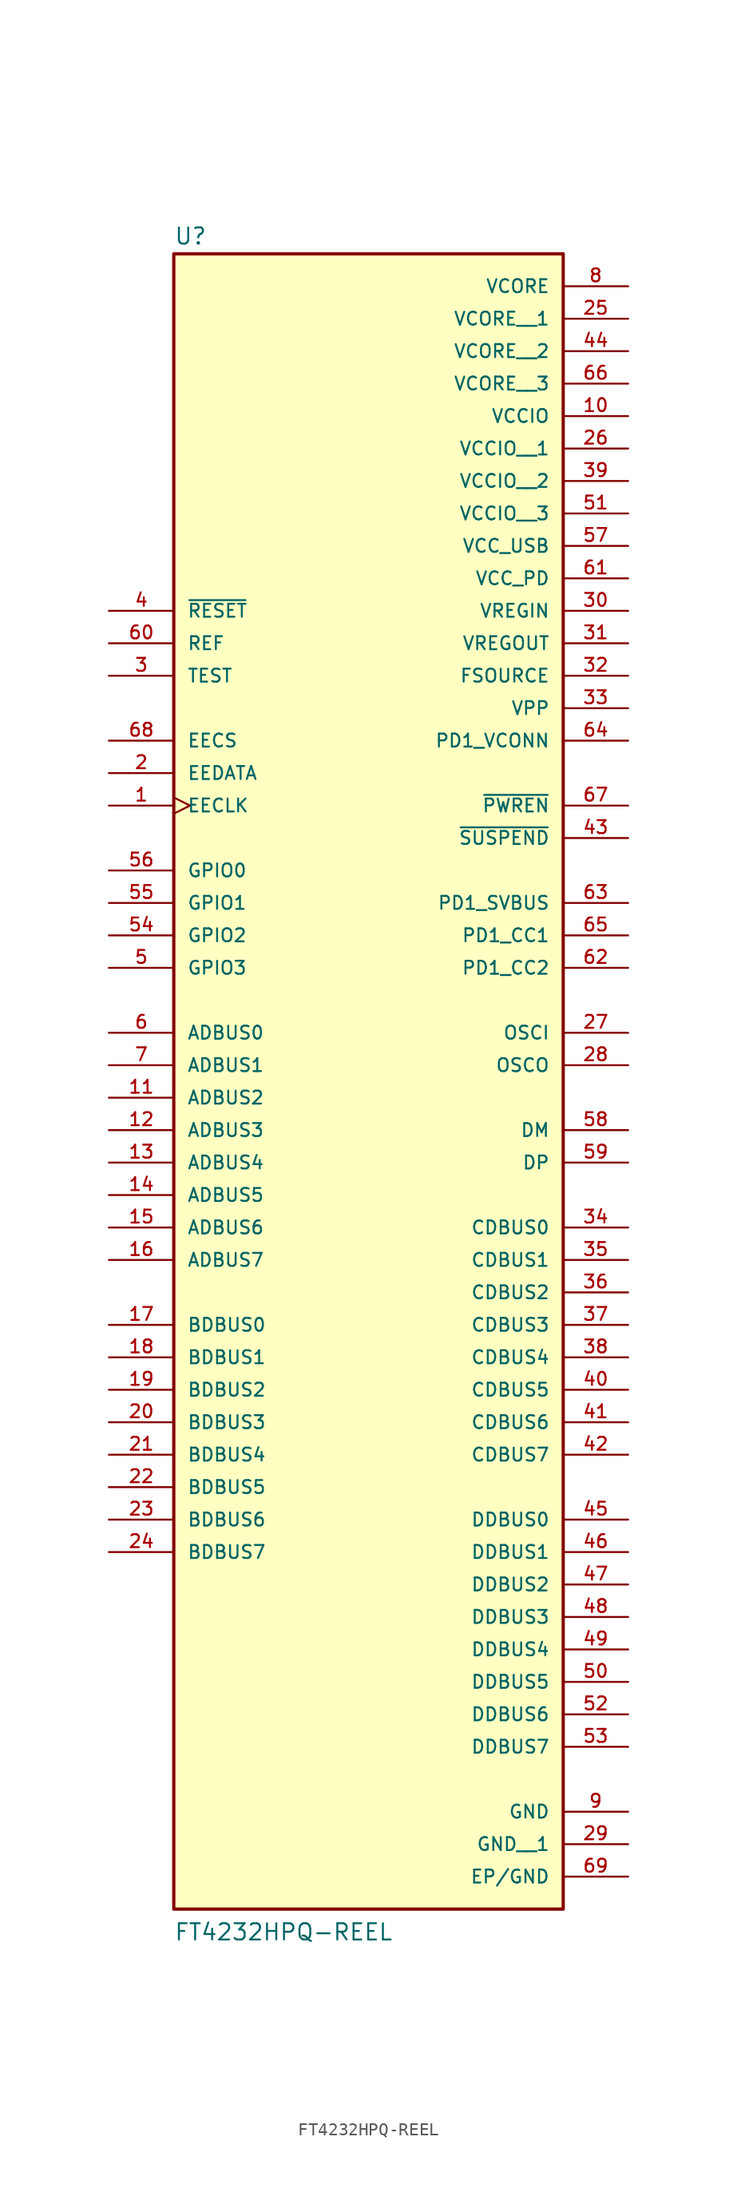
<source format=kicad_sym>
(kicad_symbol_lib
  (version 20241209)
  (generator "kicad_symbol_editor")
  (generator_version "9.0")
  (symbol "FT4232HPQ-REEL"
    (pin_names
      (offset 1.016))
    (property "Reference" "U"
      (at -15.24 56.515 0)
      (effects (font (size 1.27 1.27)) (justify left bottom)))
    (property "Value" "FT4232HPQ-REEL"
      (at -15.24 -76.2 0)
      (effects (font (size 1.27 1.27)) (justify left bottom)))
    (symbol "FT4232HPQ-REEL_0_0"
      (rectangle (start -15.24 -73.66) (end 15.24 55.88) (stroke (width 0.254) (type default)) (fill (type background)))
      (pin input line (at -20.32 27.94 0) (length 5.08) (name "~{RESET}" (effects (font (size 1.016 1.016)))) (number "4" (effects (font (size 1.016 1.016)))))
      (pin input line (at -20.32 25.4 0) (length 5.08) (name "REF" (effects (font (size 1.016 1.016)))) (number "60" (effects (font (size 1.016 1.016)))))
      (pin input line (at -20.32 22.86 0) (length 5.08) (name "TEST" (effects (font (size 1.016 1.016)))) (number "3" (effects (font (size 1.016 1.016)))))
      (pin bidirectional line (at -20.32 17.78 0) (length 5.08) (name "EECS" (effects (font (size 1.016 1.016)))) (number "68" (effects (font (size 1.016 1.016)))))
      (pin bidirectional line (at -20.32 15.24 0) (length 5.08) (name "EEDATA" (effects (font (size 1.016 1.016)))) (number "2" (effects (font (size 1.016 1.016)))))
      (pin output clock (at -20.32 12.7 0) (length 5.08) (name "EECLK" (effects (font (size 1.016 1.016)))) (number "1" (effects (font (size 1.016 1.016)))))
      (pin bidirectional line (at -20.32 7.62 0) (length 5.08) (name "GPIO0" (effects (font (size 1.016 1.016)))) (number "56" (effects (font (size 1.016 1.016)))))
      (pin bidirectional line (at -20.32 5.08 0) (length 5.08) (name "GPIO1" (effects (font (size 1.016 1.016)))) (number "55" (effects (font (size 1.016 1.016)))))
      (pin bidirectional line (at -20.32 2.54 0) (length 5.08) (name "GPIO2" (effects (font (size 1.016 1.016)))) (number "54" (effects (font (size 1.016 1.016)))))
      (pin bidirectional line (at -20.32 0 0) (length 5.08) (name "GPIO3" (effects (font (size 1.016 1.016)))) (number "5" (effects (font (size 1.016 1.016)))))
      (pin bidirectional line (at -20.32 -5.08 0) (length 5.08) (name "ADBUS0" (effects (font (size 1.016 1.016)))) (number "6" (effects (font (size 1.016 1.016)))))
      (pin bidirectional line (at -20.32 -7.62 0) (length 5.08) (name "ADBUS1" (effects (font (size 1.016 1.016)))) (number "7" (effects (font (size 1.016 1.016)))))
      (pin bidirectional line (at -20.32 -10.16 0) (length 5.08) (name "ADBUS2" (effects (font (size 1.016 1.016)))) (number "11" (effects (font (size 1.016 1.016)))))
      (pin bidirectional line (at -20.32 -12.7 0) (length 5.08) (name "ADBUS3" (effects (font (size 1.016 1.016)))) (number "12" (effects (font (size 1.016 1.016)))))
      (pin bidirectional line (at -20.32 -15.24 0) (length 5.08) (name "ADBUS4" (effects (font (size 1.016 1.016)))) (number "13" (effects (font (size 1.016 1.016)))))
      (pin bidirectional line (at -20.32 -17.78 0) (length 5.08) (name "ADBUS5" (effects (font (size 1.016 1.016)))) (number "14" (effects (font (size 1.016 1.016)))))
      (pin bidirectional line (at -20.32 -20.32 0) (length 5.08) (name "ADBUS6" (effects (font (size 1.016 1.016)))) (number "15" (effects (font (size 1.016 1.016)))))
      (pin bidirectional line (at -20.32 -22.86 0) (length 5.08) (name "ADBUS7" (effects (font (size 1.016 1.016)))) (number "16" (effects (font (size 1.016 1.016)))))
      (pin bidirectional line (at -20.32 -27.94 0) (length 5.08) (name "BDBUS0" (effects (font (size 1.016 1.016)))) (number "17" (effects (font (size 1.016 1.016)))))
      (pin bidirectional line (at -20.32 -30.48 0) (length 5.08) (name "BDBUS1" (effects (font (size 1.016 1.016)))) (number "18" (effects (font (size 1.016 1.016)))))
      (pin bidirectional line (at -20.32 -33.02 0) (length 5.08) (name "BDBUS2" (effects (font (size 1.016 1.016)))) (number "19" (effects (font (size 1.016 1.016)))))
      (pin bidirectional line (at -20.32 -35.56 0) (length 5.08) (name "BDBUS3" (effects (font (size 1.016 1.016)))) (number "20" (effects (font (size 1.016 1.016)))))
      (pin bidirectional line (at -20.32 -38.1 0) (length 5.08) (name "BDBUS4" (effects (font (size 1.016 1.016)))) (number "21" (effects (font (size 1.016 1.016)))))
      (pin bidirectional line (at -20.32 -40.64 0) (length 5.08) (name "BDBUS5" (effects (font (size 1.016 1.016)))) (number "22" (effects (font (size 1.016 1.016)))))
      (pin bidirectional line (at -20.32 -43.18 0) (length 5.08) (name "BDBUS6" (effects (font (size 1.016 1.016)))) (number "23" (effects (font (size 1.016 1.016)))))
      (pin bidirectional line (at -20.32 -45.72 0) (length 5.08) (name "BDBUS7" (effects (font (size 1.016 1.016)))) (number "24" (effects (font (size 1.016 1.016)))))
      (pin power_in line (at 20.32 53.34 180) (length 5.08) (name "VCORE" (effects (font (size 1.016 1.016)))) (number "8" (effects (font (size 1.016 1.016)))))
      (pin power_in line (at 20.32 50.8 180) (length 5.08) (name "VCORE__1" (effects (font (size 1.016 1.016)))) (number "25" (effects (font (size 1.016 1.016)))))
      (pin power_in line (at 20.32 48.26 180) (length 5.08) (name "VCORE__2" (effects (font (size 1.016 1.016)))) (number "44" (effects (font (size 1.016 1.016)))))
      (pin power_in line (at 20.32 45.72 180) (length 5.08) (name "VCORE__3" (effects (font (size 1.016 1.016)))) (number "66" (effects (font (size 1.016 1.016)))))
      (pin power_in line (at 20.32 43.18 180) (length 5.08) (name "VCCIO" (effects (font (size 1.016 1.016)))) (number "10" (effects (font (size 1.016 1.016)))))
      (pin power_in line (at 20.32 40.64 180) (length 5.08) (name "VCCIO__1" (effects (font (size 1.016 1.016)))) (number "26" (effects (font (size 1.016 1.016)))))
      (pin power_in line (at 20.32 38.1 180) (length 5.08) (name "VCCIO__2" (effects (font (size 1.016 1.016)))) (number "39" (effects (font (size 1.016 1.016)))))
      (pin power_in line (at 20.32 35.56 180) (length 5.08) (name "VCCIO__3" (effects (font (size 1.016 1.016)))) (number "51" (effects (font (size 1.016 1.016)))))
      (pin power_in line (at 20.32 33.02 180) (length 5.08) (name "VCC_USB" (effects (font (size 1.016 1.016)))) (number "57" (effects (font (size 1.016 1.016)))))
      (pin power_in line (at 20.32 30.48 180) (length 5.08) (name "VCC_PD" (effects (font (size 1.016 1.016)))) (number "61" (effects (font (size 1.016 1.016)))))
      (pin power_in line (at 20.32 27.94 180) (length 5.08) (name "VREGIN" (effects (font (size 1.016 1.016)))) (number "30" (effects (font (size 1.016 1.016)))))
      (pin power_in line (at 20.32 25.4 180) (length 5.08) (name "VREGOUT" (effects (font (size 1.016 1.016)))) (number "31" (effects (font (size 1.016 1.016)))))
      (pin power_in line (at 20.32 22.86 180) (length 5.08) (name "FSOURCE" (effects (font (size 1.016 1.016)))) (number "32" (effects (font (size 1.016 1.016)))))
      (pin power_in line (at 20.32 20.32 180) (length 5.08) (name "VPP" (effects (font (size 1.016 1.016)))) (number "33" (effects (font (size 1.016 1.016)))))
      (pin power_in line (at 20.32 17.78 180) (length 5.08) (name "PD1_VCONN" (effects (font (size 1.016 1.016)))) (number "64" (effects (font (size 1.016 1.016)))))
      (pin output line (at 20.32 12.7 180) (length 5.08) (name "~{PWREN}" (effects (font (size 1.016 1.016)))) (number "67" (effects (font (size 1.016 1.016)))))
      (pin output line (at 20.32 10.16 180) (length 5.08) (name "~{SUSPEND}" (effects (font (size 1.016 1.016)))) (number "43" (effects (font (size 1.016 1.016)))))
      (pin input line (at 20.32 5.08 180) (length 5.08) (name "PD1_SVBUS" (effects (font (size 1.016 1.016)))) (number "63" (effects (font (size 1.016 1.016)))))
      (pin bidirectional line (at 20.32 2.54 180) (length 5.08) (name "PD1_CC1" (effects (font (size 1.016 1.016)))) (number "65" (effects (font (size 1.016 1.016)))))
      (pin bidirectional line (at 20.32 0 180) (length 5.08) (name "PD1_CC2" (effects (font (size 1.016 1.016)))) (number "62" (effects (font (size 1.016 1.016)))))
      (pin input line (at 20.32 -5.08 180) (length 5.08) (name "OSCI" (effects (font (size 1.016 1.016)))) (number "27" (effects (font (size 1.016 1.016)))))
      (pin output line (at 20.32 -7.62 180) (length 5.08) (name "OSCO" (effects (font (size 1.016 1.016)))) (number "28" (effects (font (size 1.016 1.016)))))
      (pin bidirectional line (at 20.32 -12.7 180) (length 5.08) (name "DM" (effects (font (size 1.016 1.016)))) (number "58" (effects (font (size 1.016 1.016)))))
      (pin bidirectional line (at 20.32 -15.24 180) (length 5.08) (name "DP" (effects (font (size 1.016 1.016)))) (number "59" (effects (font (size 1.016 1.016)))))
      (pin bidirectional line (at 20.32 -20.32 180) (length 5.08) (name "CDBUS0" (effects (font (size 1.016 1.016)))) (number "34" (effects (font (size 1.016 1.016)))))
      (pin bidirectional line (at 20.32 -22.86 180) (length 5.08) (name "CDBUS1" (effects (font (size 1.016 1.016)))) (number "35" (effects (font (size 1.016 1.016)))))
      (pin bidirectional line (at 20.32 -25.4 180) (length 5.08) (name "CDBUS2" (effects (font (size 1.016 1.016)))) (number "36" (effects (font (size 1.016 1.016)))))
      (pin bidirectional line (at 20.32 -27.94 180) (length 5.08) (name "CDBUS3" (effects (font (size 1.016 1.016)))) (number "37" (effects (font (size 1.016 1.016)))))
      (pin bidirectional line (at 20.32 -30.48 180) (length 5.08) (name "CDBUS4" (effects (font (size 1.016 1.016)))) (number "38" (effects (font (size 1.016 1.016)))))
      (pin bidirectional line (at 20.32 -33.02 180) (length 5.08) (name "CDBUS5" (effects (font (size 1.016 1.016)))) (number "40" (effects (font (size 1.016 1.016)))))
      (pin bidirectional line (at 20.32 -35.56 180) (length 5.08) (name "CDBUS6" (effects (font (size 1.016 1.016)))) (number "41" (effects (font (size 1.016 1.016)))))
      (pin bidirectional line (at 20.32 -38.1 180) (length 5.08) (name "CDBUS7" (effects (font (size 1.016 1.016)))) (number "42" (effects (font (size 1.016 1.016)))))
      (pin bidirectional line (at 20.32 -43.18 180) (length 5.08) (name "DDBUS0" (effects (font (size 1.016 1.016)))) (number "45" (effects (font (size 1.016 1.016)))))
      (pin bidirectional line (at 20.32 -45.72 180) (length 5.08) (name "DDBUS1" (effects (font (size 1.016 1.016)))) (number "46" (effects (font (size 1.016 1.016)))))
      (pin bidirectional line (at 20.32 -48.26 180) (length 5.08) (name "DDBUS2" (effects (font (size 1.016 1.016)))) (number "47" (effects (font (size 1.016 1.016)))))
      (pin bidirectional line (at 20.32 -50.8 180) (length 5.08) (name "DDBUS3" (effects (font (size 1.016 1.016)))) (number "48" (effects (font (size 1.016 1.016)))))
      (pin bidirectional line (at 20.32 -53.34 180) (length 5.08) (name "DDBUS4" (effects (font (size 1.016 1.016)))) (number "49" (effects (font (size 1.016 1.016)))))
      (pin bidirectional line (at 20.32 -55.88 180) (length 5.08) (name "DDBUS5" (effects (font (size 1.016 1.016)))) (number "50" (effects (font (size 1.016 1.016)))))
      (pin bidirectional line (at 20.32 -58.42 180) (length 5.08) (name "DDBUS6" (effects (font (size 1.016 1.016)))) (number "52" (effects (font (size 1.016 1.016)))))
      (pin bidirectional line (at 20.32 -60.96 180) (length 5.08) (name "DDBUS7" (effects (font (size 1.016 1.016)))) (number "53" (effects (font (size 1.016 1.016)))))
      (pin power_in line (at 20.32 -66.04 180) (length 5.08) (name "GND" (effects (font (size 1.016 1.016)))) (number "9" (effects (font (size 1.016 1.016)))))
      (pin power_in line (at 20.32 -68.58 180) (length 5.08) (name "GND__1" (effects (font (size 1.016 1.016)))) (number "29" (effects (font (size 1.016 1.016)))))
      (pin power_in line (at 20.32 -71.12 180) (length 5.08) (name "EP/GND" (effects (font (size 1.016 1.016)))) (number "69" (effects (font (size 1.016 1.016))))))))
</source>
